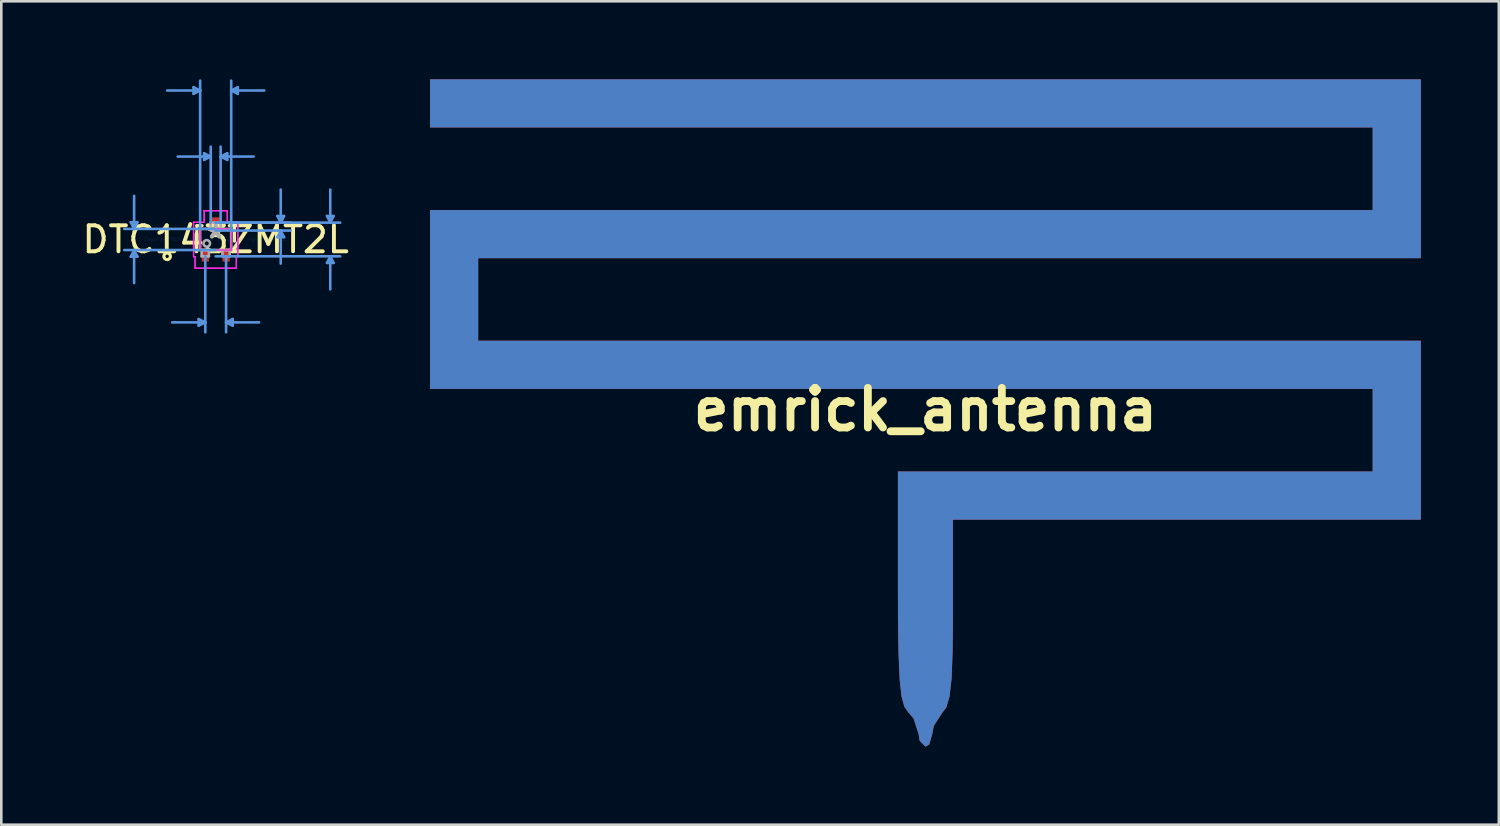
<source format=kicad_pcb>
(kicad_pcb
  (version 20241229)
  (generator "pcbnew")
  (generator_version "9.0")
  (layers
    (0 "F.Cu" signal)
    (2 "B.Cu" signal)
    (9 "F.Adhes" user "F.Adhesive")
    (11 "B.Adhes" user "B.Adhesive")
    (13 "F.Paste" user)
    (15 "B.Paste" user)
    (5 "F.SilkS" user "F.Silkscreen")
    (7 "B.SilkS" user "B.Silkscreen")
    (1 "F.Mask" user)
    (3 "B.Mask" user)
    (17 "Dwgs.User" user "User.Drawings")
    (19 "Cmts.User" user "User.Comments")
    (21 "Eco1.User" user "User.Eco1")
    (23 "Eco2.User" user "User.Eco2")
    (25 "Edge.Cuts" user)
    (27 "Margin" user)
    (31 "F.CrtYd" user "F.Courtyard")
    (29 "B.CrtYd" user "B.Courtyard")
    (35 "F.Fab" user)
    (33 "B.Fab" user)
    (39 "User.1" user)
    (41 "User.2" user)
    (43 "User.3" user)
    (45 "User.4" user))
  (footprint "DTC143ZMT2L"
    (layer "F.Cu")
    (at 5.244 6.159)
    (property "Reference" "DTC143ZMT2L" (at 0 0 0) (layer "F.SilkS") (effects (font (size 1 1) (thickness 0.15))))
    (attr through_hole)
    (fp_line (start -0.724 -0.533) (end -0.724 0.066) (stroke (width 0.12) (type solid)) (layer "F.SilkS"))
    (fp_line (start -0.523 -0.533) (end -0.724 -0.533) (stroke (width 0.12) (type solid)) (layer "F.SilkS"))
    (fp_line (start 0.724 -0.533) (end 0.523 -0.533) (stroke (width 0.12) (type solid)) (layer "F.SilkS"))
    (fp_line (start 0.724 0.066) (end 0.724 -0.533) (stroke (width 0.12) (type solid)) (layer "F.SilkS"))
    (fp_circle (center -1.867 0.648) (end -1.74 0.648) (stroke (width 0.12) (type solid)) (fill no) (layer "F.SilkS"))
    (fp_line (start -3.264 -0.66) (end -3.01 -0.66) (stroke (width 0.1) (type solid)) (layer "Cmts.User"))
    (fp_line (start -3.264 0.66) (end -3.01 0.66) (stroke (width 0.1) (type solid)) (layer "Cmts.User"))
    (fp_line (start -3.137 -0.406) (end -3.264 -0.66) (stroke (width 0.1) (type solid)) (layer "Cmts.User"))
    (fp_line (start -3.137 -0.406) (end -3.137 -1.676) (stroke (width 0.1) (type solid)) (layer "Cmts.User"))
    (fp_line (start -3.137 -0.406) (end -3.01 -0.66) (stroke (width 0.1) (type solid)) (layer "Cmts.User"))
    (fp_line (start -3.137 0.406) (end -3.264 0.66) (stroke (width 0.1) (type solid)) (layer "Cmts.User"))
    (fp_line (start -3.137 0.406) (end -3.137 1.676) (stroke (width 0.1) (type solid)) (layer "Cmts.User"))
    (fp_line (start -3.137 0.406) (end -3.01 0.66) (stroke (width 0.1) (type solid)) (layer "Cmts.User"))
    (fp_line (start -0.851 -5.855) (end -0.851 -5.601) (stroke (width 0.1) (type solid)) (layer "Cmts.User"))
    (fp_line (start -0.654 3.061) (end -0.654 3.315) (stroke (width 0.1) (type solid)) (layer "Cmts.User"))
    (fp_line (start -0.597 -5.728) (end -1.867 -5.728) (stroke (width 0.1) (type solid)) (layer "Cmts.User"))
    (fp_line (start -0.597 -5.728) (end -0.851 -5.855) (stroke (width 0.1) (type solid)) (layer "Cmts.User"))
    (fp_line (start -0.597 -5.728) (end -0.851 -5.601) (stroke (width 0.1) (type solid)) (layer "Cmts.User"))
    (fp_line (start -0.597 -0.406) (end -0.597 -6.109) (stroke (width 0.1) (type solid)) (layer "Cmts.User"))
    (fp_line (start -0.445 -3.315) (end -0.445 -3.061) (stroke (width 0.1) (type solid)) (layer "Cmts.User"))
    (fp_line (start -0.4 0.648) (end -0.4 3.569) (stroke (width 0.1) (type solid)) (layer "Cmts.User"))
    (fp_line (start -0.4 3.188) (end -1.67 3.188) (stroke (width 0.1) (type solid)) (layer "Cmts.User"))
    (fp_line (start -0.4 3.188) (end -0.654 3.061) (stroke (width 0.1) (type solid)) (layer "Cmts.User"))
    (fp_line (start -0.4 3.188) (end -0.654 3.315) (stroke (width 0.1) (type solid)) (layer "Cmts.User"))
    (fp_line (start -0.191 -3.188) (end -1.46 -3.188) (stroke (width 0.1) (type solid)) (layer "Cmts.User"))
    (fp_line (start -0.191 -3.188) (end -0.445 -3.315) (stroke (width 0.1) (type solid)) (layer "Cmts.User"))
    (fp_line (start -0.191 -3.188) (end -0.445 -3.061) (stroke (width 0.1) (type solid)) (layer "Cmts.User"))
    (fp_line (start -0.191 -0.648) (end -0.191 -3.569) (stroke (width 0.1) (type solid)) (layer "Cmts.User"))
    (fp_line (start 0 -0.648) (end 2.883 -0.648) (stroke (width 0.1) (type solid)) (layer "Cmts.User"))
    (fp_line (start 0 -0.648) (end 4.788 -0.648) (stroke (width 0.1) (type solid)) (layer "Cmts.User"))
    (fp_line (start 0 -0.406) (end -3.518 -0.406) (stroke (width 0.1) (type solid)) (layer "Cmts.User"))
    (fp_line (start 0 -0.343) (end 2.883 -0.343) (stroke (width 0.1) (type solid)) (layer "Cmts.User"))
    (fp_line (start 0 0.406) (end -3.518 0.406) (stroke (width 0.1) (type solid)) (layer "Cmts.User"))
    (fp_line (start 0 0.648) (end 4.788 0.648) (stroke (width 0.1) (type solid)) (layer "Cmts.User"))
    (fp_line (start 0.191 -3.188) (end 0.445 -3.315) (stroke (width 0.1) (type solid)) (layer "Cmts.User"))
    (fp_line (start 0.191 -3.188) (end 0.445 -3.061) (stroke (width 0.1) (type solid)) (layer "Cmts.User"))
    (fp_line (start 0.191 -3.188) (end 1.46 -3.188) (stroke (width 0.1) (type solid)) (layer "Cmts.User"))
    (fp_line (start 0.191 -0.648) (end 0.191 -3.569) (stroke (width 0.1) (type solid)) (layer "Cmts.User"))
    (fp_line (start 0.4 0.648) (end 0.4 3.569) (stroke (width 0.1) (type solid)) (layer "Cmts.User"))
    (fp_line (start 0.4 3.188) (end 0.654 3.061) (stroke (width 0.1) (type solid)) (layer "Cmts.User"))
    (fp_line (start 0.4 3.188) (end 0.654 3.315) (stroke (width 0.1) (type solid)) (layer "Cmts.User"))
    (fp_line (start 0.4 3.188) (end 1.67 3.188) (stroke (width 0.1) (type solid)) (layer "Cmts.User"))
    (fp_line (start 0.445 -3.315) (end 0.445 -3.061) (stroke (width 0.1) (type solid)) (layer "Cmts.User"))
    (fp_line (start 0.597 -5.728) (end 0.851 -5.855) (stroke (width 0.1) (type solid)) (layer "Cmts.User"))
    (fp_line (start 0.597 -5.728) (end 0.851 -5.601) (stroke (width 0.1) (type solid)) (layer "Cmts.User"))
    (fp_line (start 0.597 -5.728) (end 1.867 -5.728) (stroke (width 0.1) (type solid)) (layer "Cmts.User"))
    (fp_line (start 0.597 -0.406) (end 0.597 -6.109) (stroke (width 0.1) (type solid)) (layer "Cmts.User"))
    (fp_line (start 0.654 3.061) (end 0.654 3.315) (stroke (width 0.1) (type solid)) (layer "Cmts.User"))
    (fp_line (start 0.851 -5.855) (end 0.851 -5.601) (stroke (width 0.1) (type solid)) (layer "Cmts.User"))
    (fp_line (start 2.375 -0.902) (end 2.629 -0.902) (stroke (width 0.1) (type solid)) (layer "Cmts.User"))
    (fp_line (start 2.375 -0.089) (end 2.629 -0.089) (stroke (width 0.1) (type solid)) (layer "Cmts.User"))
    (fp_line (start 2.502 -0.648) (end 2.375 -0.902) (stroke (width 0.1) (type solid)) (layer "Cmts.User"))
    (fp_line (start 2.502 -0.648) (end 2.502 -1.918) (stroke (width 0.1) (type solid)) (layer "Cmts.User"))
    (fp_line (start 2.502 -0.648) (end 2.629 -0.902) (stroke (width 0.1) (type solid)) (layer "Cmts.User"))
    (fp_line (start 2.502 -0.343) (end 2.375 -0.089) (stroke (width 0.1) (type solid)) (layer "Cmts.User"))
    (fp_line (start 2.502 -0.343) (end 2.502 0.927) (stroke (width 0.1) (type solid)) (layer "Cmts.User"))
    (fp_line (start 2.502 -0.343) (end 2.629 -0.089) (stroke (width 0.1) (type solid)) (layer "Cmts.User"))
    (fp_line (start 4.28 -0.902) (end 4.534 -0.902) (stroke (width 0.1) (type solid)) (layer "Cmts.User"))
    (fp_line (start 4.28 0.902) (end 4.534 0.902) (stroke (width 0.1) (type solid)) (layer "Cmts.User"))
    (fp_line (start 4.407 -0.648) (end 4.28 -0.902) (stroke (width 0.1) (type solid)) (layer "Cmts.User"))
    (fp_line (start 4.407 -0.648) (end 4.407 -1.918) (stroke (width 0.1) (type solid)) (layer "Cmts.User"))
    (fp_line (start 4.407 -0.648) (end 4.534 -0.902) (stroke (width 0.1) (type solid)) (layer "Cmts.User"))
    (fp_line (start 4.407 0.648) (end 4.28 0.902) (stroke (width 0.1) (type solid)) (layer "Cmts.User"))
    (fp_line (start 4.407 0.648) (end 4.407 1.918) (stroke (width 0.1) (type solid)) (layer "Cmts.User"))
    (fp_line (start 4.407 0.648) (end 4.534 0.902) (stroke (width 0.1) (type solid)) (layer "Cmts.User"))
    (fp_line (start -0.851 -0.66) (end -0.445 -0.66) (stroke (width 0.05) (type solid)) (layer "F.CrtYd"))
    (fp_line (start -0.851 -0.66) (end -0.445 -0.66) (stroke (width 0.05) (type solid)) (layer "F.CrtYd"))
    (fp_line (start -0.851 0.66) (end -0.851 -0.66) (stroke (width 0.05) (type solid)) (layer "F.CrtYd"))
    (fp_line (start -0.851 0.66) (end -0.851 -0.66) (stroke (width 0.05) (type solid)) (layer "F.CrtYd"))
    (fp_line (start -0.851 0.66) (end -0.794 0.66) (stroke (width 0.05) (type solid)) (layer "F.CrtYd"))
    (fp_line (start -0.794 0.66) (end -0.851 0.66) (stroke (width 0.05) (type solid)) (layer "F.CrtYd"))
    (fp_line (start -0.794 0.66) (end -0.794 1.105) (stroke (width 0.05) (type solid)) (layer "F.CrtYd"))
    (fp_line (start -0.794 1.105) (end -0.794 0.66) (stroke (width 0.05) (type solid)) (layer "F.CrtYd"))
    (fp_line (start -0.794 1.105) (end 0.794 1.105) (stroke (width 0.05) (type solid)) (layer "F.CrtYd"))
    (fp_line (start -0.597 -0.406) (end 0.597 -0.406) (stroke (width 0.05) (type solid)) (layer "F.CrtYd"))
    (fp_line (start -0.597 0.406) (end -0.597 -0.406) (stroke (width 0.05) (type solid)) (layer "F.CrtYd"))
    (fp_line (start -0.445 -1.105) (end 0.445 -1.105) (stroke (width 0.05) (type solid)) (layer "F.CrtYd"))
    (fp_line (start -0.445 -1.105) (end 0.445 -1.105) (stroke (width 0.05) (type solid)) (layer "F.CrtYd"))
    (fp_line (start -0.445 -0.66) (end -0.445 -1.105) (stroke (width 0.05) (type solid)) (layer "F.CrtYd"))
    (fp_line (start -0.445 -0.66) (end -0.445 -1.105) (stroke (width 0.05) (type solid)) (layer "F.CrtYd"))
    (fp_line (start 0.445 -1.105) (end 0.445 -0.66) (stroke (width 0.05) (type solid)) (layer "F.CrtYd"))
    (fp_line (start 0.445 -0.66) (end 0.445 -1.105) (stroke (width 0.05) (type solid)) (layer "F.CrtYd"))
    (fp_line (start 0.445 -0.66) (end 0.851 -0.66) (stroke (width 0.05) (type solid)) (layer "F.CrtYd"))
    (fp_line (start 0.597 -0.406) (end 0.597 0.406) (stroke (width 0.05) (type solid)) (layer "F.CrtYd"))
    (fp_line (start 0.597 0.406) (end -0.597 0.406) (stroke (width 0.05) (type solid)) (layer "F.CrtYd"))
    (fp_line (start 0.794 0.66) (end 0.794 1.105) (stroke (width 0.05) (type solid)) (layer "F.CrtYd"))
    (fp_line (start 0.794 0.66) (end 0.794 1.105) (stroke (width 0.05) (type solid)) (layer "F.CrtYd"))
    (fp_line (start 0.794 1.105) (end -0.794 1.105) (stroke (width 0.05) (type solid)) (layer "F.CrtYd"))
    (fp_line (start 0.851 -0.66) (end 0.445 -0.66) (stroke (width 0.05) (type solid)) (layer "F.CrtYd"))
    (fp_line (start 0.851 -0.66) (end 0.851 0.66) (stroke (width 0.05) (type solid)) (layer "F.CrtYd"))
    (fp_line (start 0.851 -0.66) (end 0.851 0.66) (stroke (width 0.05) (type solid)) (layer "F.CrtYd"))
    (fp_line (start 0.851 0.66) (end 0.794 0.66) (stroke (width 0.05) (type solid)) (layer "F.CrtYd"))
    (fp_line (start 0.851 0.66) (end 0.794 0.66) (stroke (width 0.05) (type solid)) (layer "F.CrtYd"))
    (fp_line (start -0.597 -0.406) (end -0.597 0.406) (stroke (width 0.1) (type solid)) (layer "F.Fab"))
    (fp_line (start -0.597 0.406) (end 0.597 0.406) (stroke (width 0.1) (type solid)) (layer "F.Fab"))
    (fp_line (start -0.54 0.406) (end -0.54 0.648) (stroke (width 0.1) (type solid)) (layer "F.Fab"))
    (fp_line (start -0.54 0.648) (end -0.26 0.648) (stroke (width 0.1) (type solid)) (layer "F.Fab"))
    (fp_line (start -0.26 0.406) (end -0.54 0.406) (stroke (width 0.1) (type solid)) (layer "F.Fab"))
    (fp_line (start -0.26 0.648) (end -0.26 0.406) (stroke (width 0.1) (type solid)) (layer "F.Fab"))
    (fp_line (start -0.191 -0.648) (end -0.191 -0.406) (stroke (width 0.1) (type solid)) (layer "F.Fab"))
    (fp_line (start -0.191 -0.406) (end 0.191 -0.406) (stroke (width 0.1) (type solid)) (layer "F.Fab"))
    (fp_line (start 0.191 -0.648) (end -0.191 -0.648) (stroke (width 0.1) (type solid)) (layer "F.Fab"))
    (fp_line (start 0.191 -0.406) (end 0.191 -0.648) (stroke (width 0.1) (type solid)) (layer "F.Fab"))
    (fp_line (start 0.26 0.406) (end 0.26 0.648) (stroke (width 0.1) (type solid)) (layer "F.Fab"))
    (fp_line (start 0.26 0.648) (end 0.54 0.648) (stroke (width 0.1) (type solid)) (layer "F.Fab"))
    (fp_line (start 0.54 0.406) (end 0.26 0.406) (stroke (width 0.1) (type solid)) (layer "F.Fab"))
    (fp_line (start 0.54 0.648) (end 0.54 0.406) (stroke (width 0.1) (type solid)) (layer "F.Fab"))
    (fp_line (start 0.597 -0.406) (end -0.597 -0.406) (stroke (width 0.1) (type solid)) (layer "F.Fab"))
    (fp_line (start 0.597 0.406) (end 0.597 -0.406) (stroke (width 0.1) (type solid)) (layer "F.Fab"))
    (fp_circle (center -0.343 0.152) (end -0.216 0.152) (stroke (width 0.1) (type solid)) (fill no) (layer "F.Fab"))
    (fp_text user "*" (at 0 0 0) (layer "F.SilkS") (effects (font (size 1 1) (thickness 0.15))))
    (fp_text user "Copyright 2021 Accelerated Designs. All rights reserved." (at 0 0 0) (layer "Cmts.User") (effects (font (size 0.127 0.127) (thickness 0.002))))
    (fp_text user "*" (at 0 0 0) (layer "F.Fab") (effects (font (size 1 1) (thickness 0.15))))
    (pad "1" smd rect (at -0.4 0.597) (size 0.279 0.508) (layers "F.Cu" "F.Mask" "F.Paste"))
    (pad "2" smd rect (at 0.4 0.597) (size 0.279 0.508) (layers "F.Cu" "F.Mask" "F.Paste"))
    (pad "3" smd rect (at 0 -0.597) (size 0.381 0.508) (layers "F.Cu" "F.Mask" "F.Paste")))
  (footprint "emrick_antenna"
    (layer "F.Cu")
    (at 32.538 12.7)
    (property "Reference" "emrick_antenna" (at 0 0 0) (layer "F.SilkS") (effects (font (size 1.524 1.524) (thickness 0.3))))
    (attr board_only exclude_from_pos_files exclude_from_bom)
    (fp_poly (pts (xy 19.05 -5.821) (xy -17.198 -5.821) (xy -17.198 -2.646) (xy 19.05 -2.646) (xy 19.05 4.233) (xy 1.058 4.233) (xy 1.058 7.773) (xy 1.047 9.282) (xy 1.006 10.345) (xy 0.927 11.042) (xy 0.802 11.457) (xy 0.661 11.642) (xy 0.322 12.164) (xy 0.265 12.468) (xy 0.147 12.88) (xy 0 12.965) (xy -0.219 12.744) (xy -0.265 12.468) (xy -0.457 11.883) (xy -0.661 11.642) (xy -0.812 11.427) (xy -0.921 11.022) (xy -0.993 10.353) (xy -1.036 9.347) (xy -1.056 7.93) (xy -1.058 6.847) (xy -1.058 2.381) (xy 17.198 2.381) (xy 17.198 -0.794) (xy -19.05 -0.794) (xy -19.05 -7.673) (xy 17.198 -7.673) (xy 17.198 -10.848) (xy -19.05 -10.848) (xy -19.05 -12.7) (xy 19.05 -12.7)) (stroke (width 0) (type solid)) (fill yes) (layer "F.Cu"))
    (fp_poly (pts (xy 19.05 -5.821) (xy -17.198 -5.821) (xy -17.198 -2.646) (xy 19.05 -2.646) (xy 19.05 4.233) (xy 1.058 4.233) (xy 1.058 7.773) (xy 1.047 9.282) (xy 1.006 10.345) (xy 0.927 11.042) (xy 0.802 11.457) (xy 0.661 11.642) (xy 0.322 12.164) (xy 0.265 12.468) (xy 0.147 12.88) (xy 0 12.965) (xy -0.219 12.744) (xy -0.265 12.468) (xy -0.457 11.883) (xy -0.661 11.642) (xy -0.812 11.427) (xy -0.921 11.022) (xy -0.993 10.353) (xy -1.036 9.347) (xy -1.056 7.93) (xy -1.058 6.847) (xy -1.058 2.381) (xy 17.198 2.381) (xy 17.198 -0.794) (xy -19.05 -0.794) (xy -19.05 -7.673) (xy 17.198 -7.673) (xy 17.198 -10.848) (xy -19.05 -10.848) (xy -19.05 -12.7) (xy 19.05 -12.7)) (stroke (width 0) (type solid)) (fill yes) (layer "B.Cu")))
  (gr_rect
    (start -3 -3)
    (end 54.588 28.665)
    (stroke (width 0.1) (type default))
    (fill no)
    (layer "Edge.Cuts")))
</source>
